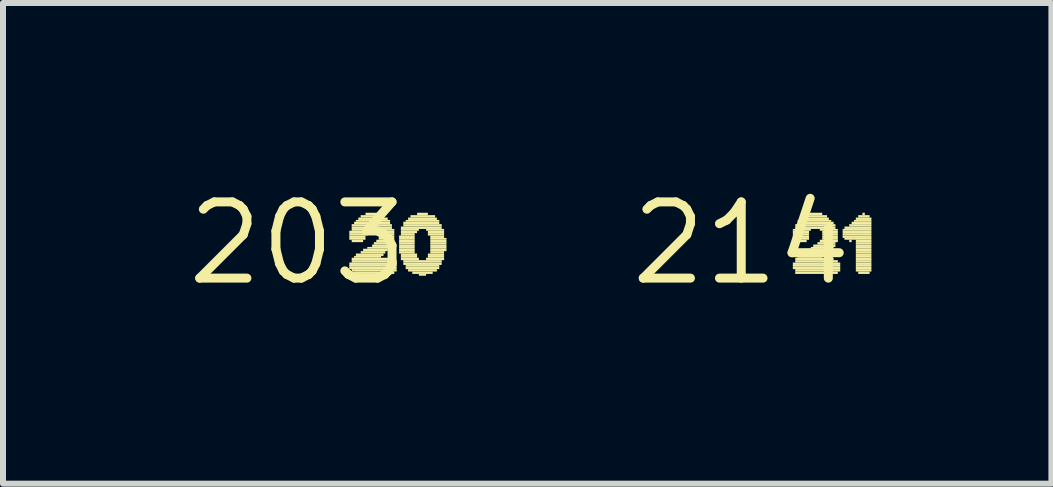
<source format=kicad_pcb>
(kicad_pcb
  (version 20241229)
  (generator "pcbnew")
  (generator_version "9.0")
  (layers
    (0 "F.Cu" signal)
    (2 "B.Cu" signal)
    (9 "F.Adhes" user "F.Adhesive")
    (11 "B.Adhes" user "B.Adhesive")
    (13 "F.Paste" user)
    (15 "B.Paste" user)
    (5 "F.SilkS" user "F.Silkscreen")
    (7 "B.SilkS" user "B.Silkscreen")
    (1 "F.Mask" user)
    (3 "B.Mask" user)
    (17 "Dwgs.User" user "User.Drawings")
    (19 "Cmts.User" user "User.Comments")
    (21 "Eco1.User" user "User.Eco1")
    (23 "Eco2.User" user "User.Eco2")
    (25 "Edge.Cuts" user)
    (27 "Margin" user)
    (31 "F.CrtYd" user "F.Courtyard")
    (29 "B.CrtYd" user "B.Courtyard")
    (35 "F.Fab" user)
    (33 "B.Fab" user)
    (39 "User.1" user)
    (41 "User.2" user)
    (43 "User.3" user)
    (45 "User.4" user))
  (footprint "203"
    (layer "F.Cu")
    (at 1.912 1.006)
    (property "Reference" "203" (at 0 0 0) (layer "F.SilkS") (effects (font (size 1.27 1.27) (thickness 0.15))))
    (fp_poly (pts (xy 0.86 -0.17) (xy 1.13 -0.17) (xy 1.13 -0.21) (xy 0.86 -0.21)) (stroke (width 0) (type solid)) (fill yes) (layer "F.SilkS"))
    (fp_poly (pts (xy 0.86 -0.13) (xy 1.13 -0.13) (xy 1.13 -0.17) (xy 0.86 -0.17)) (stroke (width 0) (type solid)) (fill yes) (layer "F.SilkS"))
    (fp_poly (pts (xy 0.86 -0.09) (xy 1.13 -0.09) (xy 1.13 -0.13) (xy 0.86 -0.13)) (stroke (width 0) (type solid)) (fill yes) (layer "F.SilkS"))
    (fp_poly (pts (xy 0.86 -0.06) (xy 1.13 -0.06) (xy 1.13 -0.09) (xy 0.86 -0.09)) (stroke (width 0) (type solid)) (fill yes) (layer "F.SilkS"))
    (fp_poly (pts (xy 0.86 0.36) (xy 1.65 0.36) (xy 1.65 0.32) (xy 0.86 0.32)) (stroke (width 0) (type solid)) (fill yes) (layer "F.SilkS"))
    (fp_poly (pts (xy 0.86 0.39) (xy 1.65 0.39) (xy 1.65 0.36) (xy 0.86 0.36)) (stroke (width 0) (type solid)) (fill yes) (layer "F.SilkS"))
    (fp_poly (pts (xy 0.86 0.43) (xy 1.65 0.43) (xy 1.65 0.39) (xy 0.86 0.39)) (stroke (width 0) (type solid)) (fill yes) (layer "F.SilkS"))
    (fp_poly (pts (xy 0.9 -0.28) (xy 1.57 -0.28) (xy 1.57 -0.32) (xy 0.9 -0.32)) (stroke (width 0) (type solid)) (fill yes) (layer "F.SilkS"))
    (fp_poly (pts (xy 0.9 -0.24) (xy 1.57 -0.24) (xy 1.57 -0.28) (xy 0.9 -0.28)) (stroke (width 0) (type solid)) (fill yes) (layer "F.SilkS"))
    (fp_poly (pts (xy 0.9 -0.21) (xy 1.16 -0.21) (xy 1.16 -0.24) (xy 0.9 -0.24)) (stroke (width 0) (type solid)) (fill yes) (layer "F.SilkS"))
    (fp_poly (pts (xy 0.9 -0.02) (xy 1.09 -0.02) (xy 1.09 -0.06) (xy 0.9 -0.06)) (stroke (width 0) (type solid)) (fill yes) (layer "F.SilkS"))
    (fp_poly (pts (xy 0.9 0.28) (xy 1.54 0.28) (xy 1.54 0.24) (xy 0.9 0.24)) (stroke (width 0) (type solid)) (fill yes) (layer "F.SilkS"))
    (fp_poly (pts (xy 0.9 0.32) (xy 1.65 0.32) (xy 1.65 0.28) (xy 0.9 0.28)) (stroke (width 0) (type solid)) (fill yes) (layer "F.SilkS"))
    (fp_poly (pts (xy 0.9 0.47) (xy 1.65 0.47) (xy 1.65 0.43) (xy 0.9 0.43)) (stroke (width 0) (type solid)) (fill yes) (layer "F.SilkS"))
    (fp_poly (pts (xy 0.94 -0.32) (xy 1.54 -0.32) (xy 1.54 -0.36) (xy 0.94 -0.36)) (stroke (width 0) (type solid)) (fill yes) (layer "F.SilkS"))
    (fp_poly (pts (xy 0.94 0.24) (xy 1.39 0.24) (xy 1.39 0.21) (xy 0.94 0.21)) (stroke (width 0) (type solid)) (fill yes) (layer "F.SilkS"))
    (fp_poly (pts (xy 0.94 0.51) (xy 1.61 0.51) (xy 1.61 0.47) (xy 0.94 0.47)) (stroke (width 0) (type solid)) (fill yes) (layer "F.SilkS"))
    (fp_poly (pts (xy 0.97 -0.36) (xy 1.54 -0.36) (xy 1.54 -0.39) (xy 0.97 -0.39)) (stroke (width 0) (type solid)) (fill yes) (layer "F.SilkS"))
    (fp_poly (pts (xy 0.97 0.21) (xy 1.43 0.21) (xy 1.43 0.17) (xy 0.97 0.17)) (stroke (width 0) (type solid)) (fill yes) (layer "F.SilkS"))
    (fp_poly (pts (xy 1.01 -0.39) (xy 1.5 -0.39) (xy 1.5 -0.43) (xy 1.01 -0.43)) (stroke (width 0) (type solid)) (fill yes) (layer "F.SilkS"))
    (fp_poly (pts (xy 1.05 -0.43) (xy 1.43 -0.43) (xy 1.43 -0.47) (xy 1.05 -0.47)) (stroke (width 0) (type solid)) (fill yes) (layer "F.SilkS"))
    (fp_poly (pts (xy 1.05 0.17) (xy 1.46 0.17) (xy 1.46 0.13) (xy 1.05 0.13)) (stroke (width 0) (type solid)) (fill yes) (layer "F.SilkS"))
    (fp_poly (pts (xy 1.09 0.13) (xy 1.5 0.13) (xy 1.5 0.09) (xy 1.09 0.09)) (stroke (width 0) (type solid)) (fill yes) (layer "F.SilkS"))
    (fp_poly (pts (xy 1.13 -0.47) (xy 1.35 -0.47) (xy 1.35 -0.51) (xy 1.13 -0.51)) (stroke (width 0) (type solid)) (fill yes) (layer "F.SilkS"))
    (fp_poly (pts (xy 1.16 0.09) (xy 1.54 0.09) (xy 1.54 0.06) (xy 1.16 0.06)) (stroke (width 0) (type solid)) (fill yes) (layer "F.SilkS"))
    (fp_poly (pts (xy 1.24 0.06) (xy 1.57 0.06) (xy 1.57 0.02) (xy 1.24 0.02)) (stroke (width 0) (type solid)) (fill yes) (layer "F.SilkS"))
    (fp_poly (pts (xy 1.27 0.02) (xy 1.57 0.02) (xy 1.57 -0.02) (xy 1.27 -0.02)) (stroke (width 0) (type solid)) (fill yes) (layer "F.SilkS"))
    (fp_poly (pts (xy 1.31 -0.21) (xy 1.61 -0.21) (xy 1.61 -0.24) (xy 1.31 -0.24)) (stroke (width 0) (type solid)) (fill yes) (layer "F.SilkS"))
    (fp_poly (pts (xy 1.31 -0.02) (xy 1.61 -0.02) (xy 1.61 -0.06) (xy 1.31 -0.06)) (stroke (width 0) (type solid)) (fill yes) (layer "F.SilkS"))
    (fp_poly (pts (xy 1.35 -0.17) (xy 1.61 -0.17) (xy 1.61 -0.21) (xy 1.35 -0.21)) (stroke (width 0) (type solid)) (fill yes) (layer "F.SilkS"))
    (fp_poly (pts (xy 1.35 -0.13) (xy 1.61 -0.13) (xy 1.61 -0.17) (xy 1.35 -0.17)) (stroke (width 0) (type solid)) (fill yes) (layer "F.SilkS"))
    (fp_poly (pts (xy 1.35 -0.09) (xy 1.61 -0.09) (xy 1.61 -0.13) (xy 1.35 -0.13)) (stroke (width 0) (type solid)) (fill yes) (layer "F.SilkS"))
    (fp_poly (pts (xy 1.35 -0.06) (xy 1.61 -0.06) (xy 1.61 -0.09) (xy 1.35 -0.09)) (stroke (width 0) (type solid)) (fill yes) (layer "F.SilkS"))
    (fp_poly (pts (xy 1.69 -0.09) (xy 1.95 -0.09) (xy 1.95 -0.13) (xy 1.69 -0.13)) (stroke (width 0) (type solid)) (fill yes) (layer "F.SilkS"))
    (fp_poly (pts (xy 1.69 -0.06) (xy 1.95 -0.06) (xy 1.95 -0.09) (xy 1.69 -0.09)) (stroke (width 0) (type solid)) (fill yes) (layer "F.SilkS"))
    (fp_poly (pts (xy 1.69 -0.02) (xy 1.95 -0.02) (xy 1.95 -0.06) (xy 1.69 -0.06)) (stroke (width 0) (type solid)) (fill yes) (layer "F.SilkS"))
    (fp_poly (pts (xy 1.69 0.02) (xy 1.95 0.02) (xy 1.95 -0.02) (xy 1.69 -0.02)) (stroke (width 0) (type solid)) (fill yes) (layer "F.SilkS"))
    (fp_poly (pts (xy 1.69 0.06) (xy 1.95 0.06) (xy 1.95 0.02) (xy 1.69 0.02)) (stroke (width 0) (type solid)) (fill yes) (layer "F.SilkS"))
    (fp_poly (pts (xy 1.69 0.09) (xy 1.95 0.09) (xy 1.95 0.06) (xy 1.69 0.06)) (stroke (width 0) (type solid)) (fill yes) (layer "F.SilkS"))
    (fp_poly (pts (xy 1.69 0.13) (xy 1.95 0.13) (xy 1.95 0.09) (xy 1.69 0.09)) (stroke (width 0) (type solid)) (fill yes) (layer "F.SilkS"))
    (fp_poly (pts (xy 1.69 0.17) (xy 1.95 0.17) (xy 1.95 0.13) (xy 1.69 0.13)) (stroke (width 0) (type solid)) (fill yes) (layer "F.SilkS"))
    (fp_poly (pts (xy 1.72 -0.24) (xy 2.4 -0.24) (xy 2.4 -0.28) (xy 1.72 -0.28)) (stroke (width 0) (type solid)) (fill yes) (layer "F.SilkS"))
    (fp_poly (pts (xy 1.72 -0.21) (xy 2.02 -0.21) (xy 2.02 -0.24) (xy 1.72 -0.24)) (stroke (width 0) (type solid)) (fill yes) (layer "F.SilkS"))
    (fp_poly (pts (xy 1.72 -0.17) (xy 1.99 -0.17) (xy 1.99 -0.21) (xy 1.72 -0.21)) (stroke (width 0) (type solid)) (fill yes) (layer "F.SilkS"))
    (fp_poly (pts (xy 1.72 -0.13) (xy 1.95 -0.13) (xy 1.95 -0.17) (xy 1.72 -0.17)) (stroke (width 0) (type solid)) (fill yes) (layer "F.SilkS"))
    (fp_poly (pts (xy 1.72 0.21) (xy 1.99 0.21) (xy 1.99 0.17) (xy 1.72 0.17)) (stroke (width 0) (type solid)) (fill yes) (layer "F.SilkS"))
    (fp_poly (pts (xy 1.72 0.24) (xy 1.99 0.24) (xy 1.99 0.21) (xy 1.72 0.21)) (stroke (width 0) (type solid)) (fill yes) (layer "F.SilkS"))
    (fp_poly (pts (xy 1.72 0.28) (xy 2.02 0.28) (xy 2.02 0.24) (xy 1.72 0.24)) (stroke (width 0) (type solid)) (fill yes) (layer "F.SilkS"))
    (fp_poly (pts (xy 1.76 -0.32) (xy 2.36 -0.32) (xy 2.36 -0.36) (xy 1.76 -0.36)) (stroke (width 0) (type solid)) (fill yes) (layer "F.SilkS"))
    (fp_poly (pts (xy 1.76 -0.28) (xy 2.4 -0.28) (xy 2.4 -0.32) (xy 1.76 -0.32)) (stroke (width 0) (type solid)) (fill yes) (layer "F.SilkS"))
    (fp_poly (pts (xy 1.76 0.32) (xy 2.4 0.32) (xy 2.4 0.28) (xy 1.76 0.28)) (stroke (width 0) (type solid)) (fill yes) (layer "F.SilkS"))
    (fp_poly (pts (xy 1.76 0.36) (xy 2.4 0.36) (xy 2.4 0.32) (xy 1.76 0.32)) (stroke (width 0) (type solid)) (fill yes) (layer "F.SilkS"))
    (fp_poly (pts (xy 1.8 -0.36) (xy 2.36 -0.36) (xy 2.36 -0.39) (xy 1.8 -0.39)) (stroke (width 0) (type solid)) (fill yes) (layer "F.SilkS"))
    (fp_poly (pts (xy 1.8 0.39) (xy 2.36 0.39) (xy 2.36 0.36) (xy 1.8 0.36)) (stroke (width 0) (type solid)) (fill yes) (layer "F.SilkS"))
    (fp_poly (pts (xy 1.8 0.43) (xy 2.36 0.43) (xy 2.36 0.39) (xy 1.8 0.39)) (stroke (width 0) (type solid)) (fill yes) (layer "F.SilkS"))
    (fp_poly (pts (xy 1.84 -0.39) (xy 2.32 -0.39) (xy 2.32 -0.43) (xy 1.84 -0.43)) (stroke (width 0) (type solid)) (fill yes) (layer "F.SilkS"))
    (fp_poly (pts (xy 1.84 0.47) (xy 2.32 0.47) (xy 2.32 0.43) (xy 1.84 0.43)) (stroke (width 0) (type solid)) (fill yes) (layer "F.SilkS"))
    (fp_poly (pts (xy 1.88 -0.43) (xy 2.29 -0.43) (xy 2.29 -0.47) (xy 1.88 -0.47)) (stroke (width 0) (type solid)) (fill yes) (layer "F.SilkS"))
    (fp_poly (pts (xy 1.91 0.51) (xy 2.25 0.51) (xy 2.25 0.47) (xy 1.91 0.47)) (stroke (width 0) (type solid)) (fill yes) (layer "F.SilkS"))
    (fp_poly (pts (xy 1.99 -0.47) (xy 2.17 -0.47) (xy 2.17 -0.51) (xy 1.99 -0.51)) (stroke (width 0) (type solid)) (fill yes) (layer "F.SilkS"))
    (fp_poly (pts (xy 2.02 0.54) (xy 2.14 0.54) (xy 2.14 0.51) (xy 2.02 0.51)) (stroke (width 0) (type solid)) (fill yes) (layer "F.SilkS"))
    (fp_poly (pts (xy 2.14 -0.21) (xy 2.44 -0.21) (xy 2.44 -0.24) (xy 2.14 -0.24)) (stroke (width 0) (type solid)) (fill yes) (layer "F.SilkS"))
    (fp_poly (pts (xy 2.14 0.28) (xy 2.44 0.28) (xy 2.44 0.24) (xy 2.14 0.24)) (stroke (width 0) (type solid)) (fill yes) (layer "F.SilkS"))
    (fp_poly (pts (xy 2.17 -0.17) (xy 2.44 -0.17) (xy 2.44 -0.21) (xy 2.17 -0.21)) (stroke (width 0) (type solid)) (fill yes) (layer "F.SilkS"))
    (fp_poly (pts (xy 2.17 -0.13) (xy 2.44 -0.13) (xy 2.44 -0.17) (xy 2.17 -0.17)) (stroke (width 0) (type solid)) (fill yes) (layer "F.SilkS"))
    (fp_poly (pts (xy 2.17 0.21) (xy 2.44 0.21) (xy 2.44 0.17) (xy 2.17 0.17)) (stroke (width 0) (type solid)) (fill yes) (layer "F.SilkS"))
    (fp_poly (pts (xy 2.17 0.24) (xy 2.44 0.24) (xy 2.44 0.21) (xy 2.17 0.21)) (stroke (width 0) (type solid)) (fill yes) (layer "F.SilkS"))
    (fp_poly (pts (xy 2.21 -0.09) (xy 2.44 -0.09) (xy 2.44 -0.13) (xy 2.21 -0.13)) (stroke (width 0) (type solid)) (fill yes) (layer "F.SilkS"))
    (fp_poly (pts (xy 2.21 -0.06) (xy 2.48 -0.06) (xy 2.48 -0.09) (xy 2.21 -0.09)) (stroke (width 0) (type solid)) (fill yes) (layer "F.SilkS"))
    (fp_poly (pts (xy 2.21 -0.02) (xy 2.48 -0.02) (xy 2.48 -0.06) (xy 2.21 -0.06)) (stroke (width 0) (type solid)) (fill yes) (layer "F.SilkS"))
    (fp_poly (pts (xy 2.21 0.02) (xy 2.48 0.02) (xy 2.48 -0.02) (xy 2.21 -0.02)) (stroke (width 0) (type solid)) (fill yes) (layer "F.SilkS"))
    (fp_poly (pts (xy 2.21 0.06) (xy 2.48 0.06) (xy 2.48 0.02) (xy 2.21 0.02)) (stroke (width 0) (type solid)) (fill yes) (layer "F.SilkS"))
    (fp_poly (pts (xy 2.21 0.09) (xy 2.48 0.09) (xy 2.48 0.06) (xy 2.21 0.06)) (stroke (width 0) (type solid)) (fill yes) (layer "F.SilkS"))
    (fp_poly (pts (xy 2.21 0.13) (xy 2.48 0.13) (xy 2.48 0.09) (xy 2.21 0.09)) (stroke (width 0) (type solid)) (fill yes) (layer "F.SilkS"))
    (fp_poly (pts (xy 2.21 0.17) (xy 2.44 0.17) (xy 2.44 0.13) (xy 2.21 0.13)) (stroke (width 0) (type solid)) (fill yes) (layer "F.SilkS")))
  (footprint "214"
    (layer "F.Cu")
    (at 9.305 1.006)
    (property "Reference" "214" (at 0 0 0) (layer "F.SilkS") (effects (font (size 1.27 1.27) (thickness 0.15))))
    (fp_poly (pts (xy 0.86 -0.21) (xy 1.16 -0.21) (xy 1.16 -0.24) (xy 0.86 -0.24)) (stroke (width 0) (type solid)) (fill yes) (layer "F.SilkS"))
    (fp_poly (pts (xy 0.86 -0.17) (xy 1.13 -0.17) (xy 1.13 -0.21) (xy 0.86 -0.21)) (stroke (width 0) (type solid)) (fill yes) (layer "F.SilkS"))
    (fp_poly (pts (xy 0.86 -0.13) (xy 1.13 -0.13) (xy 1.13 -0.17) (xy 0.86 -0.17)) (stroke (width 0) (type solid)) (fill yes) (layer "F.SilkS"))
    (fp_poly (pts (xy 0.86 -0.09) (xy 1.13 -0.09) (xy 1.13 -0.13) (xy 0.86 -0.13)) (stroke (width 0) (type solid)) (fill yes) (layer "F.SilkS"))
    (fp_poly (pts (xy 0.86 -0.06) (xy 1.13 -0.06) (xy 1.13 -0.09) (xy 0.86 -0.09)) (stroke (width 0) (type solid)) (fill yes) (layer "F.SilkS"))
    (fp_poly (pts (xy 0.86 0.36) (xy 1.65 0.36) (xy 1.65 0.32) (xy 0.86 0.32)) (stroke (width 0) (type solid)) (fill yes) (layer "F.SilkS"))
    (fp_poly (pts (xy 0.86 0.39) (xy 1.65 0.39) (xy 1.65 0.36) (xy 0.86 0.36)) (stroke (width 0) (type solid)) (fill yes) (layer "F.SilkS"))
    (fp_poly (pts (xy 0.86 0.43) (xy 1.65 0.43) (xy 1.65 0.39) (xy 0.86 0.39)) (stroke (width 0) (type solid)) (fill yes) (layer "F.SilkS"))
    (fp_poly (pts (xy 0.9 -0.28) (xy 1.57 -0.28) (xy 1.57 -0.32) (xy 0.9 -0.32)) (stroke (width 0) (type solid)) (fill yes) (layer "F.SilkS"))
    (fp_poly (pts (xy 0.9 -0.24) (xy 1.57 -0.24) (xy 1.57 -0.28) (xy 0.9 -0.28)) (stroke (width 0) (type solid)) (fill yes) (layer "F.SilkS"))
    (fp_poly (pts (xy 0.9 -0.02) (xy 1.09 -0.02) (xy 1.09 -0.06) (xy 0.9 -0.06)) (stroke (width 0) (type solid)) (fill yes) (layer "F.SilkS"))
    (fp_poly (pts (xy 0.9 0.28) (xy 1.54 0.28) (xy 1.54 0.24) (xy 0.9 0.24)) (stroke (width 0) (type solid)) (fill yes) (layer "F.SilkS"))
    (fp_poly (pts (xy 0.9 0.32) (xy 1.61 0.32) (xy 1.61 0.28) (xy 0.9 0.28)) (stroke (width 0) (type solid)) (fill yes) (layer "F.SilkS"))
    (fp_poly (pts (xy 0.9 0.47) (xy 1.65 0.47) (xy 1.65 0.43) (xy 0.9 0.43)) (stroke (width 0) (type solid)) (fill yes) (layer "F.SilkS"))
    (fp_poly (pts (xy 0.9 0.51) (xy 1.61 0.51) (xy 1.61 0.47) (xy 0.9 0.47)) (stroke (width 0) (type solid)) (fill yes) (layer "F.SilkS"))
    (fp_poly (pts (xy 0.94 -0.36) (xy 1.5 -0.36) (xy 1.5 -0.39) (xy 0.94 -0.39)) (stroke (width 0) (type solid)) (fill yes) (layer "F.SilkS"))
    (fp_poly (pts (xy 0.94 -0.32) (xy 1.54 -0.32) (xy 1.54 -0.36) (xy 0.94 -0.36)) (stroke (width 0) (type solid)) (fill yes) (layer "F.SilkS"))
    (fp_poly (pts (xy 0.94 0.24) (xy 1.35 0.24) (xy 1.35 0.21) (xy 0.94 0.21)) (stroke (width 0) (type solid)) (fill yes) (layer "F.SilkS"))
    (fp_poly (pts (xy 0.97 -0.39) (xy 1.46 -0.39) (xy 1.46 -0.43) (xy 0.97 -0.43)) (stroke (width 0) (type solid)) (fill yes) (layer "F.SilkS"))
    (fp_poly (pts (xy 0.97 0.21) (xy 1.43 0.21) (xy 1.43 0.17) (xy 0.97 0.17)) (stroke (width 0) (type solid)) (fill yes) (layer "F.SilkS"))
    (fp_poly (pts (xy 1.01 0.17) (xy 1.46 0.17) (xy 1.46 0.13) (xy 1.01 0.13)) (stroke (width 0) (type solid)) (fill yes) (layer "F.SilkS"))
    (fp_poly (pts (xy 1.05 -0.43) (xy 1.43 -0.43) (xy 1.43 -0.47) (xy 1.05 -0.47)) (stroke (width 0) (type solid)) (fill yes) (layer "F.SilkS"))
    (fp_poly (pts (xy 1.09 0.13) (xy 1.5 0.13) (xy 1.5 0.09) (xy 1.09 0.09)) (stroke (width 0) (type solid)) (fill yes) (layer "F.SilkS"))
    (fp_poly (pts (xy 1.13 -0.47) (xy 1.35 -0.47) (xy 1.35 -0.51) (xy 1.13 -0.51)) (stroke (width 0) (type solid)) (fill yes) (layer "F.SilkS"))
    (fp_poly (pts (xy 1.16 0.09) (xy 1.54 0.09) (xy 1.54 0.06) (xy 1.16 0.06)) (stroke (width 0) (type solid)) (fill yes) (layer "F.SilkS"))
    (fp_poly (pts (xy 1.2 0.06) (xy 1.57 0.06) (xy 1.57 0.02) (xy 1.2 0.02)) (stroke (width 0) (type solid)) (fill yes) (layer "F.SilkS"))
    (fp_poly (pts (xy 1.27 0.02) (xy 1.57 0.02) (xy 1.57 -0.02) (xy 1.27 -0.02)) (stroke (width 0) (type solid)) (fill yes) (layer "F.SilkS"))
    (fp_poly (pts (xy 1.31 -0.21) (xy 1.61 -0.21) (xy 1.61 -0.24) (xy 1.31 -0.24)) (stroke (width 0) (type solid)) (fill yes) (layer "F.SilkS"))
    (fp_poly (pts (xy 1.31 -0.02) (xy 1.61 -0.02) (xy 1.61 -0.06) (xy 1.31 -0.06)) (stroke (width 0) (type solid)) (fill yes) (layer "F.SilkS"))
    (fp_poly (pts (xy 1.35 -0.17) (xy 1.61 -0.17) (xy 1.61 -0.21) (xy 1.35 -0.21)) (stroke (width 0) (type solid)) (fill yes) (layer "F.SilkS"))
    (fp_poly (pts (xy 1.35 -0.13) (xy 1.61 -0.13) (xy 1.61 -0.17) (xy 1.35 -0.17)) (stroke (width 0) (type solid)) (fill yes) (layer "F.SilkS"))
    (fp_poly (pts (xy 1.35 -0.09) (xy 1.61 -0.09) (xy 1.61 -0.13) (xy 1.35 -0.13)) (stroke (width 0) (type solid)) (fill yes) (layer "F.SilkS"))
    (fp_poly (pts (xy 1.35 -0.06) (xy 1.61 -0.06) (xy 1.61 -0.09) (xy 1.35 -0.09)) (stroke (width 0) (type solid)) (fill yes) (layer "F.SilkS"))
    (fp_poly (pts (xy 1.69 -0.21) (xy 2.17 -0.21) (xy 2.17 -0.24) (xy 1.69 -0.24)) (stroke (width 0) (type solid)) (fill yes) (layer "F.SilkS"))
    (fp_poly (pts (xy 1.69 -0.17) (xy 2.17 -0.17) (xy 2.17 -0.21) (xy 1.69 -0.21)) (stroke (width 0) (type solid)) (fill yes) (layer "F.SilkS"))
    (fp_poly (pts (xy 1.69 -0.13) (xy 2.17 -0.13) (xy 2.17 -0.17) (xy 1.69 -0.17)) (stroke (width 0) (type solid)) (fill yes) (layer "F.SilkS"))
    (fp_poly (pts (xy 1.69 -0.09) (xy 2.17 -0.09) (xy 2.17 -0.13) (xy 1.69 -0.13)) (stroke (width 0) (type solid)) (fill yes) (layer "F.SilkS"))
    (fp_poly (pts (xy 1.72 -0.24) (xy 2.17 -0.24) (xy 2.17 -0.28) (xy 1.72 -0.28)) (stroke (width 0) (type solid)) (fill yes) (layer "F.SilkS"))
    (fp_poly (pts (xy 1.72 -0.06) (xy 2.17 -0.06) (xy 2.17 -0.09) (xy 1.72 -0.09)) (stroke (width 0) (type solid)) (fill yes) (layer "F.SilkS"))
    (fp_poly (pts (xy 1.8 -0.28) (xy 2.17 -0.28) (xy 2.17 -0.32) (xy 1.8 -0.32)) (stroke (width 0) (type solid)) (fill yes) (layer "F.SilkS"))
    (fp_poly (pts (xy 1.8 -0.02) (xy 1.84 -0.02) (xy 1.84 -0.06) (xy 1.8 -0.06)) (stroke (width 0) (type solid)) (fill yes) (layer "F.SilkS"))
    (fp_poly (pts (xy 1.84 -0.32) (xy 2.17 -0.32) (xy 2.17 -0.36) (xy 1.84 -0.36)) (stroke (width 0) (type solid)) (fill yes) (layer "F.SilkS"))
    (fp_poly (pts (xy 1.88 -0.36) (xy 2.17 -0.36) (xy 2.17 -0.39) (xy 1.88 -0.39)) (stroke (width 0) (type solid)) (fill yes) (layer "F.SilkS"))
    (fp_poly (pts (xy 1.91 -0.39) (xy 2.17 -0.39) (xy 2.17 -0.43) (xy 1.91 -0.43)) (stroke (width 0) (type solid)) (fill yes) (layer "F.SilkS"))
    (fp_poly (pts (xy 1.91 -0.02) (xy 2.17 -0.02) (xy 2.17 -0.06) (xy 1.91 -0.06)) (stroke (width 0) (type solid)) (fill yes) (layer "F.SilkS"))
    (fp_poly (pts (xy 1.91 0.02) (xy 2.17 0.02) (xy 2.17 -0.02) (xy 1.91 -0.02)) (stroke (width 0) (type solid)) (fill yes) (layer "F.SilkS"))
    (fp_poly (pts (xy 1.91 0.06) (xy 2.17 0.06) (xy 2.17 0.02) (xy 1.91 0.02)) (stroke (width 0) (type solid)) (fill yes) (layer "F.SilkS"))
    (fp_poly (pts (xy 1.91 0.09) (xy 2.17 0.09) (xy 2.17 0.06) (xy 1.91 0.06)) (stroke (width 0) (type solid)) (fill yes) (layer "F.SilkS"))
    (fp_poly (pts (xy 1.91 0.13) (xy 2.17 0.13) (xy 2.17 0.09) (xy 1.91 0.09)) (stroke (width 0) (type solid)) (fill yes) (layer "F.SilkS"))
    (fp_poly (pts (xy 1.91 0.17) (xy 2.17 0.17) (xy 2.17 0.13) (xy 1.91 0.13)) (stroke (width 0) (type solid)) (fill yes) (layer "F.SilkS"))
    (fp_poly (pts (xy 1.91 0.21) (xy 2.17 0.21) (xy 2.17 0.17) (xy 1.91 0.17)) (stroke (width 0) (type solid)) (fill yes) (layer "F.SilkS"))
    (fp_poly (pts (xy 1.91 0.24) (xy 2.17 0.24) (xy 2.17 0.21) (xy 1.91 0.21)) (stroke (width 0) (type solid)) (fill yes) (layer "F.SilkS"))
    (fp_poly (pts (xy 1.91 0.28) (xy 2.17 0.28) (xy 2.17 0.24) (xy 1.91 0.24)) (stroke (width 0) (type solid)) (fill yes) (layer "F.SilkS"))
    (fp_poly (pts (xy 1.91 0.32) (xy 2.17 0.32) (xy 2.17 0.28) (xy 1.91 0.28)) (stroke (width 0) (type solid)) (fill yes) (layer "F.SilkS"))
    (fp_poly (pts (xy 1.91 0.36) (xy 2.17 0.36) (xy 2.17 0.32) (xy 1.91 0.32)) (stroke (width 0) (type solid)) (fill yes) (layer "F.SilkS"))
    (fp_poly (pts (xy 1.91 0.39) (xy 2.17 0.39) (xy 2.17 0.36) (xy 1.91 0.36)) (stroke (width 0) (type solid)) (fill yes) (layer "F.SilkS"))
    (fp_poly (pts (xy 1.91 0.43) (xy 2.17 0.43) (xy 2.17 0.39) (xy 1.91 0.39)) (stroke (width 0) (type solid)) (fill yes) (layer "F.SilkS"))
    (fp_poly (pts (xy 1.91 0.47) (xy 2.17 0.47) (xy 2.17 0.43) (xy 1.91 0.43)) (stroke (width 0) (type solid)) (fill yes) (layer "F.SilkS"))
    (fp_poly (pts (xy 1.95 -0.43) (xy 2.14 -0.43) (xy 2.14 -0.47) (xy 1.95 -0.47)) (stroke (width 0) (type solid)) (fill yes) (layer "F.SilkS"))
    (fp_poly (pts (xy 1.95 0.51) (xy 2.14 0.51) (xy 2.14 0.47) (xy 1.95 0.47)) (stroke (width 0) (type solid)) (fill yes) (layer "F.SilkS"))
    (fp_poly (pts (xy 2.02 -0.47) (xy 2.06 -0.47) (xy 2.06 -0.51) (xy 2.02 -0.51)) (stroke (width 0) (type solid)) (fill yes) (layer "F.SilkS")))
  (gr_rect
    (start -3 -3)
    (end 14.475 5.012)
    (stroke (width 0.1) (type default))
    (fill no)
    (layer "Edge.Cuts")))
</source>
